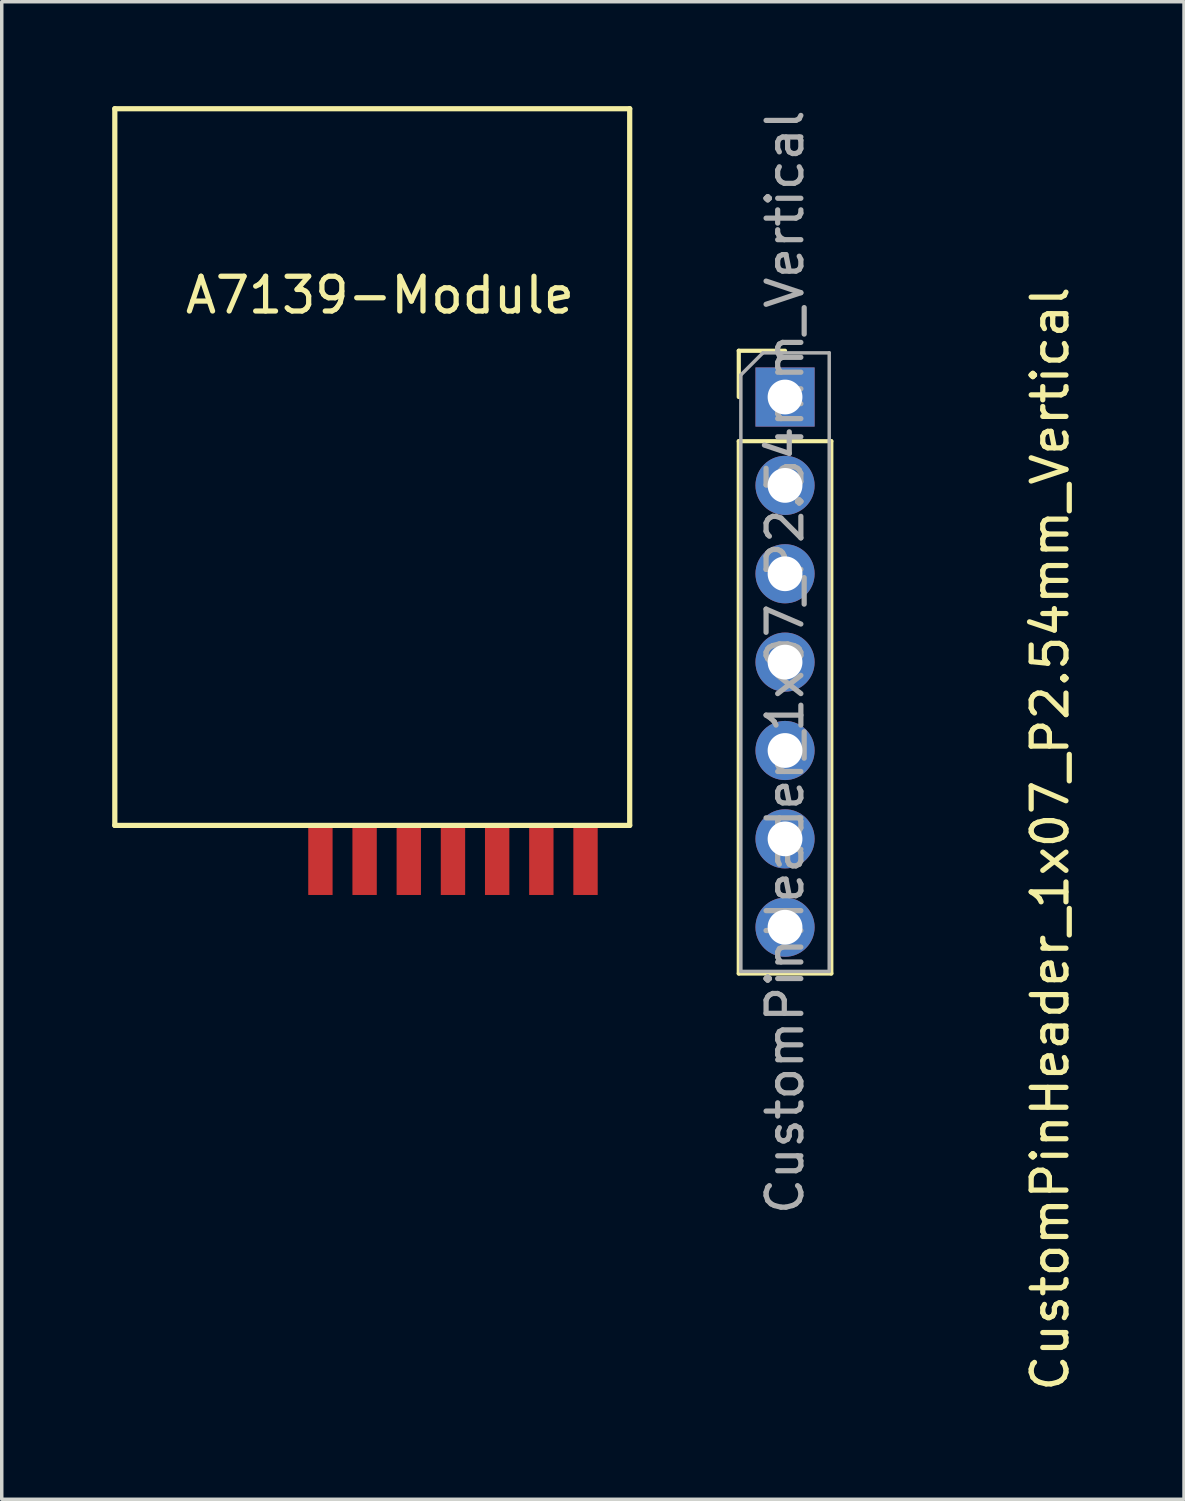
<source format=kicad_pcb>
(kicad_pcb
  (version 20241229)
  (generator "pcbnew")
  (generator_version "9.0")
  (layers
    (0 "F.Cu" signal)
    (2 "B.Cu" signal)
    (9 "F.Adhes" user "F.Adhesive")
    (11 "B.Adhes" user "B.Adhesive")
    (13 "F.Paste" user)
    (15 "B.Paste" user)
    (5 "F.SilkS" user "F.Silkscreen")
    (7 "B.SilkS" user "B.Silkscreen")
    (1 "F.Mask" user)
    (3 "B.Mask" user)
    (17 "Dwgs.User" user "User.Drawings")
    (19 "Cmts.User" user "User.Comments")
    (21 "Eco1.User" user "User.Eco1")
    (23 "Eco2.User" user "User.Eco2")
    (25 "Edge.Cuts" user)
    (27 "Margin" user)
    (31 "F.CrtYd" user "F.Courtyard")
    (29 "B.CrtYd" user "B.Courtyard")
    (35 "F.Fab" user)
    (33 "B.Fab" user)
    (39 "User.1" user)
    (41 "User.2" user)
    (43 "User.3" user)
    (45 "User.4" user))
  (footprint "A7139-Module"
    (layer "F.Cu")
    (at 0.25 20.675)
    (property "Reference" "A7139-Module" (at 7.62 -15.24 0) (layer "F.SilkS") (effects (font (size 1 1) (thickness 0.15))))
    (attr through_hole)
    (fp_line (start 0 -20.6) (end 14.8 -20.6) (stroke (width 0.15) (type solid)) (layer "F.SilkS"))
    (fp_line (start 0 0) (end 0 -20.6) (stroke (width 0.15) (type solid)) (layer "F.SilkS"))
    (fp_line (start 0 0) (end 14.8 0) (stroke (width 0.15) (type solid)) (layer "F.SilkS"))
    (fp_line (start 14.8 0) (end 14.8 -20.6) (stroke (width 0.15) (type solid)) (layer "F.SilkS"))
    (pad "1" smd rect (at 13.53 1) (size 0.7 2) (layers "F.Cu" "F.Mask" "F.Paste"))
    (pad "2" smd rect (at 12.26 1) (size 0.7 2) (layers "F.Cu" "F.Mask" "F.Paste"))
    (pad "3" smd rect (at 10.99 1) (size 0.7 2) (layers "F.Cu" "F.Mask" "F.Paste"))
    (pad "4" smd rect (at 9.72 1) (size 0.7 2) (layers "F.Cu" "F.Mask" "F.Paste"))
    (pad "5" smd rect (at 8.45 1) (size 0.7 2) (layers "F.Cu" "F.Mask" "F.Paste"))
    (pad "6" smd rect (at 7.18 1) (size 0.7 2) (layers "F.Cu" "F.Mask" "F.Paste"))
    (pad "7" smd rect (at 5.91 1) (size 0.7 2) (layers "F.Cu" "F.Mask" "F.Paste")))
  (footprint "CustomPinHeader_1x07_P2.54mm_Vertical"
    (layer "F.Cu")
    (at 19.515 8.362)
    (property "Reference" "CustomPinHeader_1x07_P2.54mm_Vertical" (at 7.62 12.7 90) (layer "F.SilkS") (effects (font (size 1 1) (thickness 0.15))))
    (attr through_hole)
    (fp_line (start -1.33 -1.33) (end 0 -1.33) (stroke (width 0.12) (type solid)) (layer "F.SilkS"))
    (fp_line (start -1.33 0) (end -1.33 -1.33) (stroke (width 0.12) (type solid)) (layer "F.SilkS"))
    (fp_line (start -1.33 1.27) (end -1.33 16.57) (stroke (width 0.12) (type solid)) (layer "F.SilkS"))
    (fp_line (start -1.33 1.27) (end 1.33 1.27) (stroke (width 0.12) (type solid)) (layer "F.SilkS"))
    (fp_line (start -1.33 16.57) (end 1.33 16.57) (stroke (width 0.12) (type solid)) (layer "F.SilkS"))
    (fp_line (start 1.33 1.27) (end 1.33 16.57) (stroke (width 0.12) (type solid)) (layer "F.SilkS"))
    (fp_line (start -1.27 -0.635) (end -0.635 -1.27) (stroke (width 0.1) (type solid)) (layer "F.Fab"))
    (fp_line (start -1.27 16.51) (end -1.27 -0.635) (stroke (width 0.1) (type solid)) (layer "F.Fab"))
    (fp_line (start -0.635 -1.27) (end 1.27 -1.27) (stroke (width 0.1) (type solid)) (layer "F.Fab"))
    (fp_line (start 1.27 -1.27) (end 1.27 16.51) (stroke (width 0.1) (type solid)) (layer "F.Fab"))
    (fp_line (start 1.27 16.51) (end -1.27 16.51) (stroke (width 0.1) (type solid)) (layer "F.Fab"))
    (fp_text user "${REFERENCE}" (at 0 7.62 90) (layer "F.Fab") (effects (font (size 1 1) (thickness 0.15))))
    (pad "1" thru_hole rect (at 0 0 90) (size 1.7 1.7) (drill 1) (layers "*.Cu" "*.Mask"))
    (pad "2" thru_hole oval (at 0 2.54 90) (size 1.7 1.7) (drill 1) (layers "*.Cu" "*.Mask"))
    (pad "3" thru_hole oval (at 0 5.08) (size 1.7 1.7) (drill 1) (layers "*.Cu" "*.Mask"))
    (pad "4" thru_hole oval (at 0 7.62) (size 1.7 1.7) (drill 1) (layers "*.Cu" "*.Mask"))
    (pad "5" thru_hole oval (at 0 10.16) (size 1.7 1.7) (drill 1) (layers "*.Cu" "*.Mask"))
    (pad "6" thru_hole oval (at 0 12.7) (size 1.7 1.7) (drill 1) (layers "*.Cu" "*.Mask"))
    (pad "7" thru_hole oval (at 0 15.24) (size 1.7 1.7) (drill 1) (layers "*.Cu" "*.Mask")))
  (gr_rect
    (start -3 -3)
    (end 30.983 40.044)
    (stroke (width 0.1) (type default))
    (fill no)
    (layer "Edge.Cuts")))
</source>
